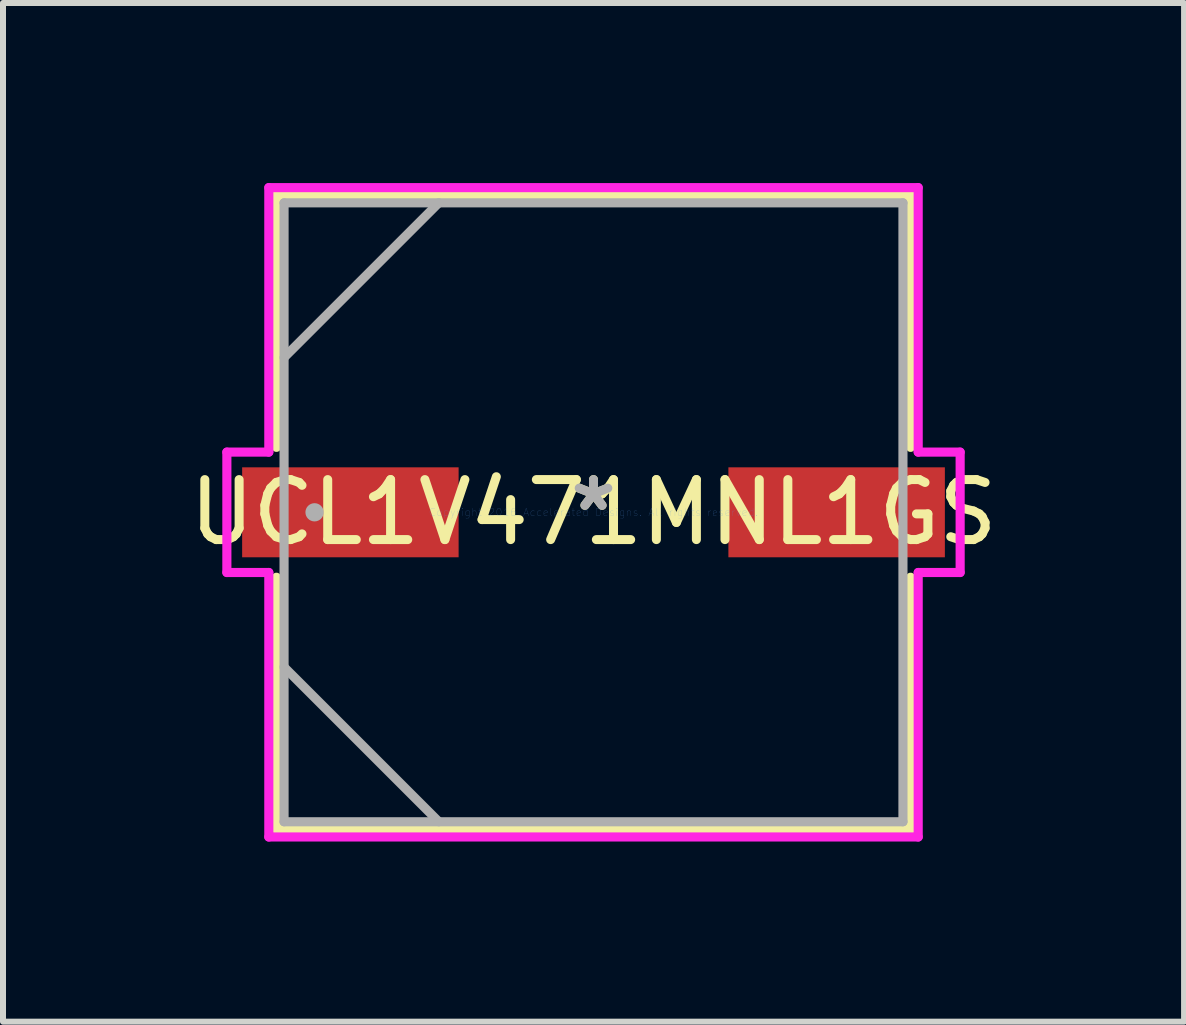
<source format=kicad_pcb>
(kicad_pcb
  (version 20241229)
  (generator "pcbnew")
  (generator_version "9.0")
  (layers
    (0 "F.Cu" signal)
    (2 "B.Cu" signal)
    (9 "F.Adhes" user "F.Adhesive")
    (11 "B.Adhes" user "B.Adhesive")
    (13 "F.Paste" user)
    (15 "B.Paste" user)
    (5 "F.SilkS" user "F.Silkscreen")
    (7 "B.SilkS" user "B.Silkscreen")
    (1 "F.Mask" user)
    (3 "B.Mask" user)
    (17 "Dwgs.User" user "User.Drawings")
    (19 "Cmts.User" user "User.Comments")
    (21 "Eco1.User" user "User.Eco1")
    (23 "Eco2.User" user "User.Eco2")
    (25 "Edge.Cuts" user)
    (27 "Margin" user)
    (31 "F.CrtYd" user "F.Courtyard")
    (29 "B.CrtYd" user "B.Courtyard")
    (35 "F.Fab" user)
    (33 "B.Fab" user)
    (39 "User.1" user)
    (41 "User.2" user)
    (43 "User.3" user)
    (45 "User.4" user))
  (footprint "UCL1V471MNL1GS"
    (layer "F.Cu")
    (at 6.839 5.486)
    (property "Reference" "UCL1V471MNL1GS" (at 0 0 0) (layer "F.SilkS") (effects (font (size 1 1) (thickness 0.15))))
    (attr through_hole)
    (fp_line (start -5.283 -5.283) (end -5.283 -1.082) (stroke (width 0.152) (type solid)) (layer "F.SilkS"))
    (fp_line (start -5.283 1.082) (end -5.283 5.283) (stroke (width 0.152) (type solid)) (layer "F.SilkS"))
    (fp_line (start -5.283 5.283) (end 5.283 5.283) (stroke (width 0.152) (type solid)) (layer "F.SilkS"))
    (fp_line (start 5.283 -5.283) (end -5.283 -5.283) (stroke (width 0.152) (type solid)) (layer "F.SilkS"))
    (fp_line (start 5.283 -1.082) (end 5.283 -5.283) (stroke (width 0.152) (type solid)) (layer "F.SilkS"))
    (fp_line (start 5.283 5.283) (end 5.283 1.082) (stroke (width 0.152) (type solid)) (layer "F.SilkS"))
    (fp_line (start -6.109 -1.003) (end -5.41 -1.003) (stroke (width 0.152) (type solid)) (layer "F.CrtYd"))
    (fp_line (start -6.109 1.003) (end -6.109 -1.003) (stroke (width 0.152) (type solid)) (layer "F.CrtYd"))
    (fp_line (start -5.41 -5.41) (end 5.41 -5.41) (stroke (width 0.152) (type solid)) (layer "F.CrtYd"))
    (fp_line (start -5.41 -1.003) (end -5.41 -5.41) (stroke (width 0.152) (type solid)) (layer "F.CrtYd"))
    (fp_line (start -5.41 1.003) (end -6.109 1.003) (stroke (width 0.152) (type solid)) (layer "F.CrtYd"))
    (fp_line (start -5.41 5.41) (end -5.41 1.003) (stroke (width 0.152) (type solid)) (layer "F.CrtYd"))
    (fp_line (start 5.41 -5.41) (end 5.41 -1.003) (stroke (width 0.152) (type solid)) (layer "F.CrtYd"))
    (fp_line (start 5.41 -1.003) (end 6.109 -1.003) (stroke (width 0.152) (type solid)) (layer "F.CrtYd"))
    (fp_line (start 5.41 1.003) (end 5.41 5.41) (stroke (width 0.152) (type solid)) (layer "F.CrtYd"))
    (fp_line (start 5.41 5.41) (end -5.41 5.41) (stroke (width 0.152) (type solid)) (layer "F.CrtYd"))
    (fp_line (start 6.109 -1.003) (end 6.109 1.003) (stroke (width 0.152) (type solid)) (layer "F.CrtYd"))
    (fp_line (start 6.109 1.003) (end 5.41 1.003) (stroke (width 0.152) (type solid)) (layer "F.CrtYd"))
    (fp_line (start -5.156 -5.156) (end -5.156 5.156) (stroke (width 0.152) (type solid)) (layer "F.Fab"))
    (fp_line (start -5.156 -2.578) (end -2.578 -5.156) (stroke (width 0.152) (type solid)) (layer "F.Fab"))
    (fp_line (start -5.156 2.578) (end -2.578 5.156) (stroke (width 0.152) (type solid)) (layer "F.Fab"))
    (fp_line (start -5.156 5.156) (end 5.156 5.156) (stroke (width 0.152) (type solid)) (layer "F.Fab"))
    (fp_line (start 5.156 -5.156) (end -5.156 -5.156) (stroke (width 0.152) (type solid)) (layer "F.Fab"))
    (fp_line (start 5.156 5.156) (end 5.156 -5.156) (stroke (width 0.152) (type solid)) (layer "F.Fab"))
    (fp_circle (center -4.648 0) (end -4.648 0) (stroke (width 0.152) (type solid)) (fill no) (layer "F.Fab"))
    (fp_text user "*" (at 0 0 0) (layer "F.SilkS") (effects (font (size 1 1) (thickness 0.15))))
    (fp_text user "Copyright 2016 Accelerated Designs. All rights reserved." (at 0 0 0) (layer "Cmts.User") (effects (font (size 0.127 0.127) (thickness 0.002))))
    (fp_text user "*" (at 0 0 0) (layer "F.Fab") (effects (font (size 1 1) (thickness 0.15))))
    (pad "1" smd rect (at -4.051 0) (size 3.607 1.499) (layers "F.Cu" "F.Mask" "F.Paste"))
    (pad "2" smd rect (at 4.051 0) (size 3.607 1.499) (layers "F.Cu" "F.Mask" "F.Paste")))
  (gr_rect
    (start -3 -3)
    (end 16.679 13.973)
    (stroke (width 0.1) (type default))
    (fill no)
    (layer "Edge.Cuts")))
</source>
